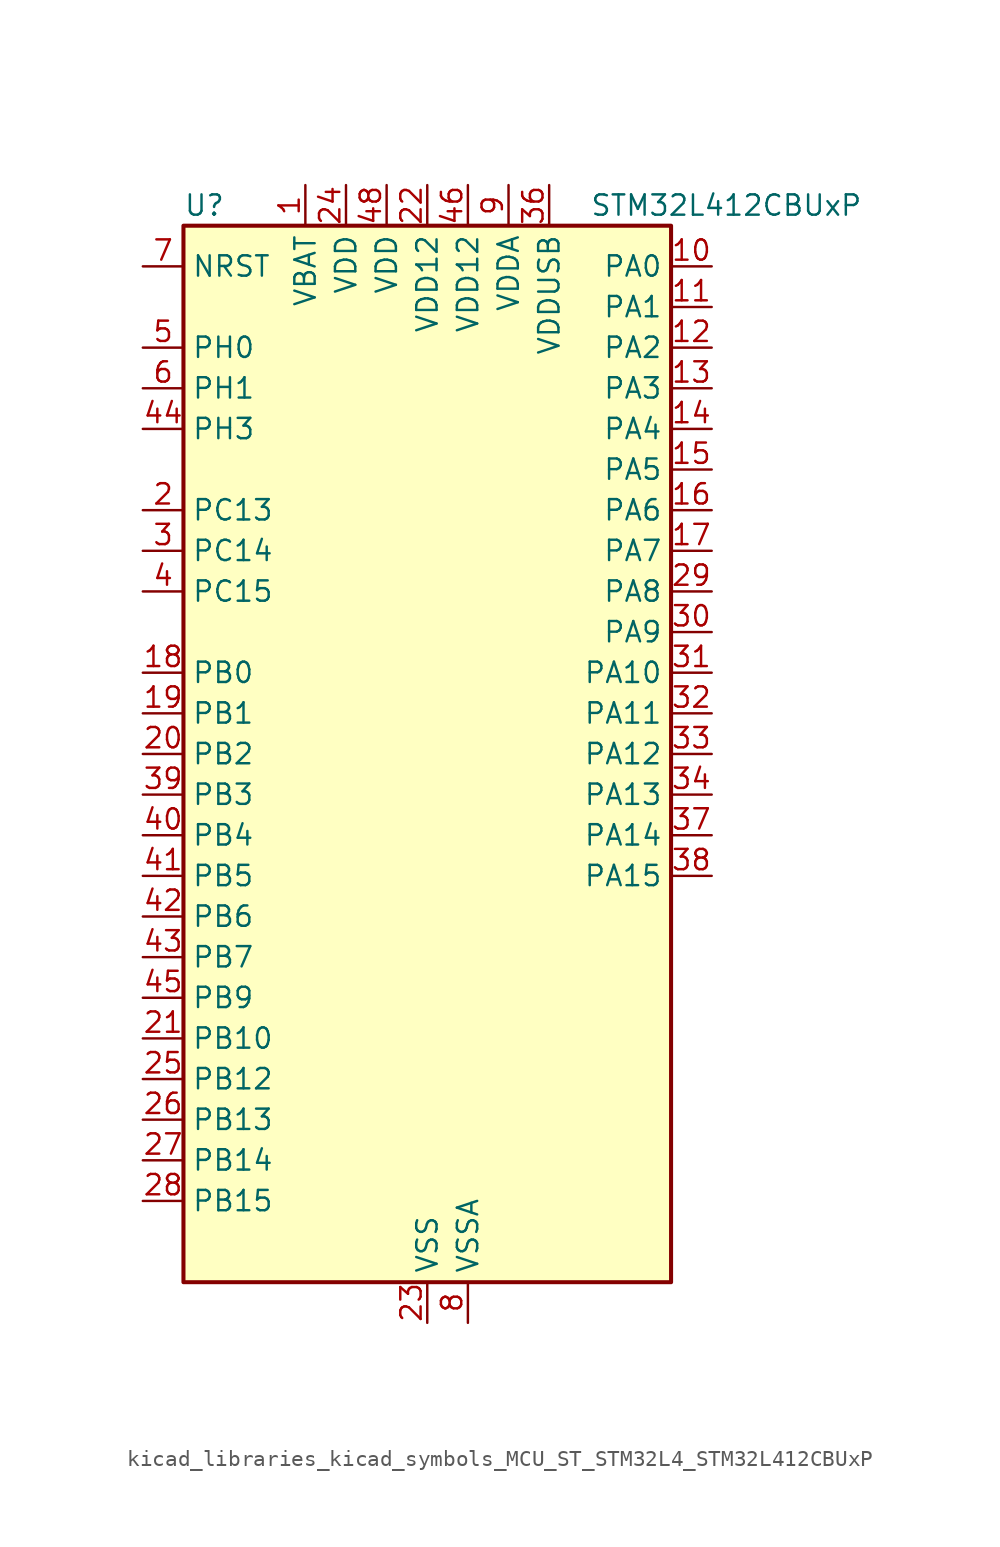
<source format=kicad_sym>
(kicad_symbol_lib
  (version 20220914)
  (generator kicad_symbol_editor)
  (symbol "kicad_libraries_kicad_symbols_MCU_ST_STM32L4_STM32L412CBUxP"
    (property "Reference" "U"
      (at -15.24 34.29 0)
      (effects (font (size 1.27 1.27)) (justify left)))
    (property "Value" "STM32L412CBUxP"
      (at 10.16 34.29 0)
      (effects (font (size 1.27 1.27)) (justify left)))
    (property "ki_locked" ""
      (at 0 0 0)
      (effects (font (size 1.27 1.27))))
    (symbol "kicad_libraries_kicad_symbols_MCU_ST_STM32L4_STM32L412CBUxP_0_1"
      (rectangle (start -15.24 -33.02) (end 15.24 33.02) (stroke (width 0.254) (type default)) (fill (type background))))
    (symbol "kicad_libraries_kicad_symbols_MCU_ST_STM32L4_STM32L412CBUxP_1_1"
      (pin power_in line (at -7.62 35.56 270) (length 2.54) (name "VBAT" (effects (font (size 1.27 1.27)))) (number "1" (effects (font (size 1.27 1.27)))))
      (pin bidirectional line (at 17.78 30.48 180) (length 2.54) (name "PA0" (effects (font (size 1.27 1.27)))) (number "10" (effects (font (size 1.27 1.27)))) (alternate "ADC1_IN5" bidirectional line) (alternate "COMP1_INM" bidirectional line) (alternate "COMP1_OUT" bidirectional line) (alternate "OPAMP1_VINP" bidirectional line) (alternate "RTC_TAMP2" bidirectional line) (alternate "SYS_WKUP1" bidirectional line) (alternate "TIM2_CH1" bidirectional line) (alternate "TIM2_ETR" bidirectional line) (alternate "USART2_CTS" bidirectional line))
      (pin bidirectional line (at 17.78 27.94 180) (length 2.54) (name "PA1" (effects (font (size 1.27 1.27)))) (number "11" (effects (font (size 1.27 1.27)))) (alternate "ADC1_IN6" bidirectional line) (alternate "COMP1_INP" bidirectional line) (alternate "I2C1_SMBA" bidirectional line) (alternate "OPAMP1_VINM" bidirectional line) (alternate "SPI1_SCK" bidirectional line) (alternate "TIM15_CH1N" bidirectional line) (alternate "TIM2_CH2" bidirectional line) (alternate "USART2_DE" bidirectional line) (alternate "USART2_RTS" bidirectional line))
      (pin bidirectional line (at 17.78 25.4 180) (length 2.54) (name "PA2" (effects (font (size 1.27 1.27)))) (number "12" (effects (font (size 1.27 1.27)))) (alternate "ADC1_IN7" bidirectional line) (alternate "ADC2_IN7" bidirectional line) (alternate "LPUART1_TX" bidirectional line) (alternate "QUADSPI_BK1_NCS" bidirectional line) (alternate "RCC_LSCO" bidirectional line) (alternate "SYS_WKUP4" bidirectional line) (alternate "TIM15_CH1" bidirectional line) (alternate "TIM2_CH3" bidirectional line) (alternate "USART2_TX" bidirectional line))
      (pin bidirectional line (at 17.78 22.86 180) (length 2.54) (name "PA3" (effects (font (size 1.27 1.27)))) (number "13" (effects (font (size 1.27 1.27)))) (alternate "ADC1_IN8" bidirectional line) (alternate "ADC2_IN8" bidirectional line) (alternate "LPUART1_RX" bidirectional line) (alternate "OPAMP1_VOUT" bidirectional line) (alternate "QUADSPI_CLK" bidirectional line) (alternate "TIM15_CH2" bidirectional line) (alternate "TIM2_CH4" bidirectional line) (alternate "USART2_RX" bidirectional line))
      (pin bidirectional line (at 17.78 20.32 180) (length 2.54) (name "PA4" (effects (font (size 1.27 1.27)))) (number "14" (effects (font (size 1.27 1.27)))) (alternate "ADC1_IN9" bidirectional line) (alternate "ADC2_IN9" bidirectional line) (alternate "COMP1_INM" bidirectional line) (alternate "LPTIM2_OUT" bidirectional line) (alternate "SPI1_NSS" bidirectional line) (alternate "USART2_CK" bidirectional line))
      (pin bidirectional line (at 17.78 17.78 180) (length 2.54) (name "PA5" (effects (font (size 1.27 1.27)))) (number "15" (effects (font (size 1.27 1.27)))) (alternate "ADC1_IN10" bidirectional line) (alternate "ADC2_IN10" bidirectional line) (alternate "COMP1_INM" bidirectional line) (alternate "LPTIM2_ETR" bidirectional line) (alternate "SPI1_SCK" bidirectional line) (alternate "TIM2_CH1" bidirectional line) (alternate "TIM2_ETR" bidirectional line))
      (pin bidirectional line (at 17.78 15.24 180) (length 2.54) (name "PA6" (effects (font (size 1.27 1.27)))) (number "16" (effects (font (size 1.27 1.27)))) (alternate "ADC1_IN11" bidirectional line) (alternate "ADC2_IN11" bidirectional line) (alternate "COMP1_OUT" bidirectional line) (alternate "LPUART1_CTS" bidirectional line) (alternate "QUADSPI_BK1_IO3" bidirectional line) (alternate "SPI1_MISO" bidirectional line) (alternate "TIM16_CH1" bidirectional line) (alternate "TIM1_BKIN" bidirectional line) (alternate "USART3_CTS" bidirectional line))
      (pin bidirectional line (at 17.78 12.7 180) (length 2.54) (name "PA7" (effects (font (size 1.27 1.27)))) (number "17" (effects (font (size 1.27 1.27)))) (alternate "ADC1_IN12" bidirectional line) (alternate "ADC2_IN12" bidirectional line) (alternate "I2C3_SCL" bidirectional line) (alternate "QUADSPI_BK1_IO2" bidirectional line) (alternate "SPI1_MOSI" bidirectional line) (alternate "TIM1_CH1N" bidirectional line))
      (pin bidirectional line (at -17.78 5.08 0) (length 2.54) (name "PB0" (effects (font (size 1.27 1.27)))) (number "18" (effects (font (size 1.27 1.27)))) (alternate "ADC1_IN15" bidirectional line) (alternate "ADC2_IN15" bidirectional line) (alternate "COMP1_OUT" bidirectional line) (alternate "QUADSPI_BK1_IO1" bidirectional line) (alternate "SPI1_NSS" bidirectional line) (alternate "SYS_TRACED0" bidirectional line) (alternate "TIM1_CH2N" bidirectional line) (alternate "USART3_CK" bidirectional line))
      (pin bidirectional line (at -17.78 2.54 0) (length 2.54) (name "PB1" (effects (font (size 1.27 1.27)))) (number "19" (effects (font (size 1.27 1.27)))) (alternate "ADC1_IN16" bidirectional line) (alternate "ADC2_IN16" bidirectional line) (alternate "COMP1_INM" bidirectional line) (alternate "LPTIM2_IN1" bidirectional line) (alternate "LPUART1_DE" bidirectional line) (alternate "LPUART1_RTS" bidirectional line) (alternate "QUADSPI_BK1_IO0" bidirectional line) (alternate "SYS_TRACED1" bidirectional line) (alternate "TIM1_CH3N" bidirectional line) (alternate "USART3_DE" bidirectional line) (alternate "USART3_RTS" bidirectional line))
      (pin bidirectional line (at -17.78 15.24 0) (length 2.54) (name "PC13" (effects (font (size 1.27 1.27)))) (number "2" (effects (font (size 1.27 1.27)))) (alternate "RTC_OUT_ALARM" bidirectional line) (alternate "RTC_OUT_CALIB" bidirectional line) (alternate "RTC_TAMP1" bidirectional line) (alternate "RTC_TS" bidirectional line) (alternate "SYS_WKUP2" bidirectional line))
      (pin bidirectional line (at -17.78 0 0) (length 2.54) (name "PB2" (effects (font (size 1.27 1.27)))) (number "20" (effects (font (size 1.27 1.27)))) (alternate "COMP1_INP" bidirectional line) (alternate "I2C3_SMBA" bidirectional line) (alternate "LPTIM1_OUT" bidirectional line) (alternate "RTC_OUT_ALARM" bidirectional line) (alternate "RTC_OUT_CALIB" bidirectional line))
      (pin bidirectional line (at -17.78 -17.78 0) (length 2.54) (name "PB10" (effects (font (size 1.27 1.27)))) (number "21" (effects (font (size 1.27 1.27)))) (alternate "COMP1_OUT" bidirectional line) (alternate "I2C2_SCL" bidirectional line) (alternate "LPUART1_RX" bidirectional line) (alternate "QUADSPI_CLK" bidirectional line) (alternate "SPI2_SCK" bidirectional line) (alternate "TIM2_CH3" bidirectional line) (alternate "TSC_SYNC" bidirectional line) (alternate "USART3_TX" bidirectional line))
      (pin power_in line (at 0 35.56 270) (length 2.54) (name "VDD12" (effects (font (size 1.27 1.27)))) (number "22" (effects (font (size 1.27 1.27)))))
      (pin power_in line (at 0 -35.56 90) (length 2.54) (name "VSS" (effects (font (size 1.27 1.27)))) (number "23" (effects (font (size 1.27 1.27)))))
      (pin power_in line (at -5.08 35.56 270) (length 2.54) (name "VDD" (effects (font (size 1.27 1.27)))) (number "24" (effects (font (size 1.27 1.27)))))
      (pin bidirectional line (at -17.78 -20.32 0) (length 2.54) (name "PB12" (effects (font (size 1.27 1.27)))) (number "25" (effects (font (size 1.27 1.27)))) (alternate "I2C2_SMBA" bidirectional line) (alternate "LPUART1_DE" bidirectional line) (alternate "LPUART1_RTS" bidirectional line) (alternate "SPI2_NSS" bidirectional line) (alternate "TIM15_BKIN" bidirectional line) (alternate "TIM1_BKIN" bidirectional line) (alternate "TSC_G1_IO1" bidirectional line) (alternate "USART3_CK" bidirectional line))
      (pin bidirectional line (at -17.78 -22.86 0) (length 2.54) (name "PB13" (effects (font (size 1.27 1.27)))) (number "26" (effects (font (size 1.27 1.27)))) (alternate "I2C2_SCL" bidirectional line) (alternate "LPUART1_CTS" bidirectional line) (alternate "SPI2_SCK" bidirectional line) (alternate "TIM15_CH1N" bidirectional line) (alternate "TIM1_CH1N" bidirectional line) (alternate "TSC_G1_IO2" bidirectional line) (alternate "USART3_CTS" bidirectional line))
      (pin bidirectional line (at -17.78 -25.4 0) (length 2.54) (name "PB14" (effects (font (size 1.27 1.27)))) (number "27" (effects (font (size 1.27 1.27)))) (alternate "I2C2_SDA" bidirectional line) (alternate "SPI2_MISO" bidirectional line) (alternate "TIM15_CH1" bidirectional line) (alternate "TIM1_CH2N" bidirectional line) (alternate "TSC_G1_IO3" bidirectional line) (alternate "USART3_DE" bidirectional line) (alternate "USART3_RTS" bidirectional line))
      (pin bidirectional line (at -17.78 -27.94 0) (length 2.54) (name "PB15" (effects (font (size 1.27 1.27)))) (number "28" (effects (font (size 1.27 1.27)))) (alternate "ADC1_EXTI15" bidirectional line) (alternate "ADC2_EXTI15" bidirectional line) (alternate "RTC_REFIN" bidirectional line) (alternate "SPI2_MOSI" bidirectional line) (alternate "TIM15_CH2" bidirectional line) (alternate "TIM1_CH3N" bidirectional line) (alternate "TSC_G1_IO4" bidirectional line))
      (pin bidirectional line (at 17.78 10.16 180) (length 2.54) (name "PA8" (effects (font (size 1.27 1.27)))) (number "29" (effects (font (size 1.27 1.27)))) (alternate "LPTIM2_OUT" bidirectional line) (alternate "RCC_MCO" bidirectional line) (alternate "TIM1_CH1" bidirectional line) (alternate "USART1_CK" bidirectional line))
      (pin bidirectional line (at -17.78 12.7 0) (length 2.54) (name "PC14" (effects (font (size 1.27 1.27)))) (number "3" (effects (font (size 1.27 1.27)))) (alternate "RCC_OSC32_IN" bidirectional line))
      (pin bidirectional line (at 17.78 7.62 180) (length 2.54) (name "PA9" (effects (font (size 1.27 1.27)))) (number "30" (effects (font (size 1.27 1.27)))) (alternate "I2C1_SCL" bidirectional line) (alternate "TIM15_BKIN" bidirectional line) (alternate "TIM1_CH2" bidirectional line) (alternate "USART1_TX" bidirectional line))
      (pin bidirectional line (at 17.78 5.08 180) (length 2.54) (name "PA10" (effects (font (size 1.27 1.27)))) (number "31" (effects (font (size 1.27 1.27)))) (alternate "CRS_SYNC" bidirectional line) (alternate "I2C1_SDA" bidirectional line) (alternate "TIM1_CH3" bidirectional line) (alternate "USART1_RX" bidirectional line))
      (pin bidirectional line (at 17.78 2.54 180) (length 2.54) (name "PA11" (effects (font (size 1.27 1.27)))) (number "32" (effects (font (size 1.27 1.27)))) (alternate "ADC1_EXTI11" bidirectional line) (alternate "ADC2_EXTI11" bidirectional line) (alternate "COMP1_OUT" bidirectional line) (alternate "SPI1_MISO" bidirectional line) (alternate "TIM1_BKIN2" bidirectional line) (alternate "TIM1_BKIN2_COMP1" bidirectional line) (alternate "TIM1_CH4" bidirectional line) (alternate "USART1_CTS" bidirectional line) (alternate "USB_DM" bidirectional line))
      (pin bidirectional line (at 17.78 0 180) (length 2.54) (name "PA12" (effects (font (size 1.27 1.27)))) (number "33" (effects (font (size 1.27 1.27)))) (alternate "SPI1_MOSI" bidirectional line) (alternate "TIM1_ETR" bidirectional line) (alternate "USART1_DE" bidirectional line) (alternate "USART1_RTS" bidirectional line) (alternate "USB_DP" bidirectional line))
      (pin bidirectional line (at 17.78 -2.54 180) (length 2.54) (name "PA13" (effects (font (size 1.27 1.27)))) (number "34" (effects (font (size 1.27 1.27)))) (alternate "IR_OUT" bidirectional line) (alternate "SYS_JTMS-SWDIO" bidirectional line) (alternate "USB_NOE" bidirectional line))
      (pin passive line (at 0 -35.56 90) (length 2.54) hide (name "VSS" (effects (font (size 1.27 1.27)))) (number "35" (effects (font (size 1.27 1.27)))))
      (pin power_in line (at 7.62 35.56 270) (length 2.54) (name "VDDUSB" (effects (font (size 1.27 1.27)))) (number "36" (effects (font (size 1.27 1.27)))))
      (pin bidirectional line (at 17.78 -5.08 180) (length 2.54) (name "PA14" (effects (font (size 1.27 1.27)))) (number "37" (effects (font (size 1.27 1.27)))) (alternate "I2C1_SMBA" bidirectional line) (alternate "LPTIM1_OUT" bidirectional line) (alternate "SYS_JTCK-SWCLK" bidirectional line))
      (pin bidirectional line (at 17.78 -7.62 180) (length 2.54) (name "PA15" (effects (font (size 1.27 1.27)))) (number "38" (effects (font (size 1.27 1.27)))) (alternate "ADC1_EXTI15" bidirectional line) (alternate "ADC2_EXTI15" bidirectional line) (alternate "SPI1_NSS" bidirectional line) (alternate "SYS_JTDI" bidirectional line) (alternate "TIM2_CH1" bidirectional line) (alternate "TIM2_ETR" bidirectional line) (alternate "USART2_RX" bidirectional line) (alternate "USART3_DE" bidirectional line) (alternate "USART3_RTS" bidirectional line))
      (pin bidirectional line (at -17.78 -2.54 0) (length 2.54) (name "PB3" (effects (font (size 1.27 1.27)))) (number "39" (effects (font (size 1.27 1.27)))) (alternate "SPI1_SCK" bidirectional line) (alternate "SYS_JTDO-SWO" bidirectional line) (alternate "TIM2_CH2" bidirectional line) (alternate "USART1_DE" bidirectional line) (alternate "USART1_RTS" bidirectional line))
      (pin bidirectional line (at -17.78 10.16 0) (length 2.54) (name "PC15" (effects (font (size 1.27 1.27)))) (number "4" (effects (font (size 1.27 1.27)))) (alternate "ADC1_EXTI15" bidirectional line) (alternate "ADC2_EXTI15" bidirectional line) (alternate "RCC_OSC32_OUT" bidirectional line))
      (pin bidirectional line (at -17.78 -5.08 0) (length 2.54) (name "PB4" (effects (font (size 1.27 1.27)))) (number "40" (effects (font (size 1.27 1.27)))) (alternate "I2C3_SDA" bidirectional line) (alternate "SPI1_MISO" bidirectional line) (alternate "SYS_JTRST" bidirectional line) (alternate "TSC_G2_IO1" bidirectional line) (alternate "USART1_CTS" bidirectional line))
      (pin bidirectional line (at -17.78 -7.62 0) (length 2.54) (name "PB5" (effects (font (size 1.27 1.27)))) (number "41" (effects (font (size 1.27 1.27)))) (alternate "I2C1_SMBA" bidirectional line) (alternate "LPTIM1_IN1" bidirectional line) (alternate "SPI1_MOSI" bidirectional line) (alternate "SYS_TRACED2" bidirectional line) (alternate "TIM16_BKIN" bidirectional line) (alternate "TSC_G2_IO2" bidirectional line) (alternate "USART1_CK" bidirectional line))
      (pin bidirectional line (at -17.78 -10.16 0) (length 2.54) (name "PB6" (effects (font (size 1.27 1.27)))) (number "42" (effects (font (size 1.27 1.27)))) (alternate "I2C1_SCL" bidirectional line) (alternate "LPTIM1_ETR" bidirectional line) (alternate "SYS_TRACED3" bidirectional line) (alternate "TIM16_CH1N" bidirectional line) (alternate "TSC_G2_IO3" bidirectional line) (alternate "USART1_TX" bidirectional line))
      (pin bidirectional line (at -17.78 -12.7 0) (length 2.54) (name "PB7" (effects (font (size 1.27 1.27)))) (number "43" (effects (font (size 1.27 1.27)))) (alternate "I2C1_SDA" bidirectional line) (alternate "LPTIM1_IN2" bidirectional line) (alternate "SYS_PVD_IN" bidirectional line) (alternate "SYS_TRACECLK" bidirectional line) (alternate "TSC_G2_IO4" bidirectional line) (alternate "USART1_RX" bidirectional line))
      (pin bidirectional line (at -17.78 20.32 0) (length 2.54) (name "PH3" (effects (font (size 1.27 1.27)))) (number "44" (effects (font (size 1.27 1.27)))))
      (pin bidirectional line (at -17.78 -15.24 0) (length 2.54) (name "PB9" (effects (font (size 1.27 1.27)))) (number "45" (effects (font (size 1.27 1.27)))) (alternate "I2C1_SDA" bidirectional line) (alternate "IR_OUT" bidirectional line) (alternate "SPI2_NSS" bidirectional line))
      (pin power_in line (at 2.54 35.56 270) (length 2.54) (name "VDD12" (effects (font (size 1.27 1.27)))) (number "46" (effects (font (size 1.27 1.27)))))
      (pin passive line (at 0 -35.56 90) (length 2.54) hide (name "VSS" (effects (font (size 1.27 1.27)))) (number "47" (effects (font (size 1.27 1.27)))))
      (pin power_in line (at -2.54 35.56 270) (length 2.54) (name "VDD" (effects (font (size 1.27 1.27)))) (number "48" (effects (font (size 1.27 1.27)))))
      (pin passive line (at 0 -35.56 90) (length 2.54) hide (name "VSS" (effects (font (size 1.27 1.27)))) (number "49" (effects (font (size 1.27 1.27)))))
      (pin bidirectional line (at -17.78 25.4 0) (length 2.54) (name "PH0" (effects (font (size 1.27 1.27)))) (number "5" (effects (font (size 1.27 1.27)))) (alternate "RCC_OSC_IN" bidirectional line))
      (pin bidirectional line (at -17.78 22.86 0) (length 2.54) (name "PH1" (effects (font (size 1.27 1.27)))) (number "6" (effects (font (size 1.27 1.27)))) (alternate "RCC_OSC_OUT" bidirectional line))
      (pin input line (at -17.78 30.48 0) (length 2.54) (name "NRST" (effects (font (size 1.27 1.27)))) (number "7" (effects (font (size 1.27 1.27)))))
      (pin power_in line (at 2.54 -35.56 90) (length 2.54) (name "VSSA" (effects (font (size 1.27 1.27)))) (number "8" (effects (font (size 1.27 1.27)))))
      (pin power_in line (at 5.08 35.56 270) (length 2.54) (name "VDDA" (effects (font (size 1.27 1.27)))) (number "9" (effects (font (size 1.27 1.27))))))))
</source>
